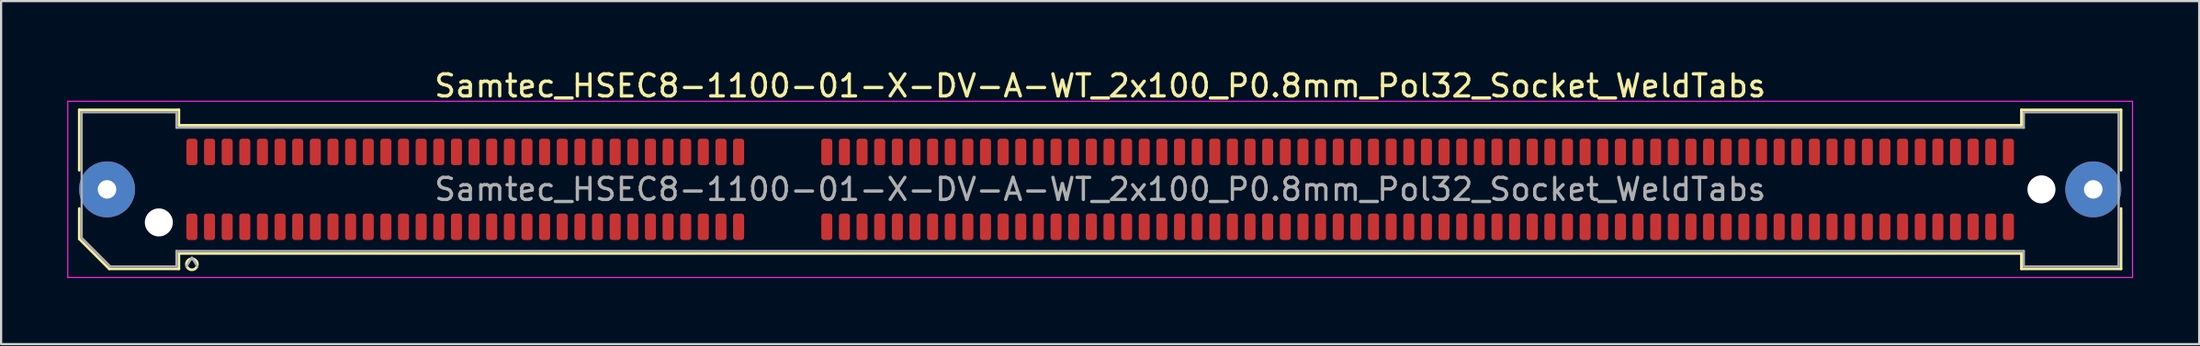
<source format=kicad_pcb>
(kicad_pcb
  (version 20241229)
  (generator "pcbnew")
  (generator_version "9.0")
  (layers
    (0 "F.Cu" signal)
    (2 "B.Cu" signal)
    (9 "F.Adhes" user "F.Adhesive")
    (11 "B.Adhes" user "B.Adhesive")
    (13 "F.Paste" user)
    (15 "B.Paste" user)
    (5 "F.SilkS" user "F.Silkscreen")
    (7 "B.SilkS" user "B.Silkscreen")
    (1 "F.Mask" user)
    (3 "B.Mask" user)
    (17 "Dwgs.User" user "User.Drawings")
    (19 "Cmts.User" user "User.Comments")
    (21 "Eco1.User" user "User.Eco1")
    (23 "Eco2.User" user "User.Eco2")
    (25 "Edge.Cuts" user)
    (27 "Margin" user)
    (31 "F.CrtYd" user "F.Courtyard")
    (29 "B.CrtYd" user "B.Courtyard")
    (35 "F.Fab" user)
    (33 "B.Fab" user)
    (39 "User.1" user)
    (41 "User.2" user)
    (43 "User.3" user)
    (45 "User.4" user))
  (footprint "Samtec_HSEC8-1100-01-X-DV-A-WT_2x100_P0.8mm_Pol32_Socket_WeldTabs"
    (layer "F.Cu")
    (at 46.855 5.548)
    (property "Reference" "Samtec_HSEC8-1100-01-X-DV-A-WT_2x100_P0.8mm_Pol32_Socket_WeldTabs" (at 0 -4.7 0) (layer "F.SilkS") (effects (font (size 1 1) (thickness 0.15))))
    (attr smd)
    (fp_line (start -46.31 -3.61) (end -41.79 -3.61) (stroke (width 0.12) (type solid)) (layer "F.SilkS"))
    (fp_line (start -46.31 -0.868) (end -46.31 -3.61) (stroke (width 0.12) (type solid)) (layer "F.SilkS"))
    (fp_line (start -46.31 2.246) (end -46.31 0.868) (stroke (width 0.12) (type solid)) (layer "F.SilkS"))
    (fp_line (start -44.946 3.61) (end -46.31 2.246) (stroke (width 0.12) (type solid)) (layer "F.SilkS"))
    (fp_line (start -41.79 -3.61) (end -41.79 -2.91) (stroke (width 0.12) (type solid)) (layer "F.SilkS"))
    (fp_line (start -41.79 -2.91) (end 41.79 -2.91) (stroke (width 0.12) (type solid)) (layer "F.SilkS"))
    (fp_line (start -41.79 2.91) (end -41.79 3.61) (stroke (width 0.12) (type solid)) (layer "F.SilkS"))
    (fp_line (start -41.79 3.61) (end -44.946 3.61) (stroke (width 0.12) (type solid)) (layer "F.SilkS"))
    (fp_line (start 41.79 -3.61) (end 46.31 -3.61) (stroke (width 0.12) (type solid)) (layer "F.SilkS"))
    (fp_line (start 41.79 -2.91) (end 41.79 -3.61) (stroke (width 0.12) (type solid)) (layer "F.SilkS"))
    (fp_line (start 41.79 2.91) (end -41.79 2.91) (stroke (width 0.12) (type solid)) (layer "F.SilkS"))
    (fp_line (start 41.79 3.61) (end 41.79 2.91) (stroke (width 0.12) (type solid)) (layer "F.SilkS"))
    (fp_line (start 46.31 -3.61) (end 46.31 -0.868) (stroke (width 0.12) (type solid)) (layer "F.SilkS"))
    (fp_line (start 46.31 0.868) (end 46.31 3.61) (stroke (width 0.12) (type solid)) (layer "F.SilkS"))
    (fp_line (start 46.31 3.61) (end 41.79 3.61) (stroke (width 0.12) (type solid)) (layer "F.SilkS"))
    (fp_arc (start -40.95 3.4) (mid -41.45 3.4) (end -40.95 3.4) (stroke (width 0.12) (type solid)) (layer "F.SilkS"))
    (fp_line (start -46.83 -4) (end -46.83 4) (stroke (width 0.05) (type solid)) (layer "F.CrtYd"))
    (fp_line (start -46.83 4) (end 46.83 4) (stroke (width 0.05) (type solid)) (layer "F.CrtYd"))
    (fp_line (start 46.83 -4) (end -46.83 -4) (stroke (width 0.05) (type solid)) (layer "F.CrtYd"))
    (fp_line (start 46.83 4) (end 46.83 -4) (stroke (width 0.05) (type solid)) (layer "F.CrtYd"))
    (fp_line (start -46.2 -3.5) (end -41.9 -3.5) (stroke (width 0.1) (type solid)) (layer "F.Fab"))
    (fp_line (start -46.2 2.2) (end -46.2 -3.5) (stroke (width 0.1) (type solid)) (layer "F.Fab"))
    (fp_line (start -44.9 3.5) (end -46.2 2.2) (stroke (width 0.1) (type solid)) (layer "F.Fab"))
    (fp_line (start -41.9 -3.5) (end -41.9 -2.8) (stroke (width 0.1) (type solid)) (layer "F.Fab"))
    (fp_line (start -41.9 -2.8) (end 41.9 -2.8) (stroke (width 0.1) (type solid)) (layer "F.Fab"))
    (fp_line (start -41.9 2.8) (end -41.9 3.5) (stroke (width 0.1) (type solid)) (layer "F.Fab"))
    (fp_line (start -41.9 3.5) (end -44.9 3.5) (stroke (width 0.1) (type solid)) (layer "F.Fab"))
    (fp_line (start -41.2 3.1) (end -41.45 3.5) (stroke (width 0.1) (type solid)) (layer "F.Fab"))
    (fp_line (start -41.2 3.1) (end -40.95 3.5) (stroke (width 0.1) (type solid)) (layer "F.Fab"))
    (fp_line (start 41.9 -3.5) (end 46.2 -3.5) (stroke (width 0.1) (type solid)) (layer "F.Fab"))
    (fp_line (start 41.9 -2.8) (end 41.9 -3.5) (stroke (width 0.1) (type solid)) (layer "F.Fab"))
    (fp_line (start 41.9 2.8) (end -41.9 2.8) (stroke (width 0.1) (type solid)) (layer "F.Fab"))
    (fp_line (start 41.9 3.5) (end 41.9 2.8) (stroke (width 0.1) (type solid)) (layer "F.Fab"))
    (fp_line (start 46.2 -3.5) (end 46.2 3.5) (stroke (width 0.1) (type solid)) (layer "F.Fab"))
    (fp_line (start 46.2 3.5) (end 41.9 3.5) (stroke (width 0.1) (type solid)) (layer "F.Fab"))
    (fp_text user "${REFERENCE}" (at 0 0 0) (layer "F.Fab") (effects (font (size 1 1) (thickness 0.15))))
    (pad "" thru_hole circle (at -45.05 0) (size 2.54 2.54) (drill 0.84) (layers "*.Cu" "*.Mask" "F.Paste"))
    (pad "" np_thru_hole circle (at -42.7 1.5) (size 1.27 1.27) (drill 1.27) (layers "*.Cu" "*.Mask"))
    (pad "" np_thru_hole circle (at 42.7 0) (size 1.27 1.27) (drill 1.27) (layers "*.Cu" "*.Mask"))
    (pad "" thru_hole circle (at 45.05 0) (size 2.54 2.54) (drill 0.84) (layers "*.Cu" "*.Mask" "F.Paste"))
    (pad "1" smd roundrect (at -41.2 1.7) (size 0.5 1.2) (layers "F.Cu" "F.Mask" "F.Paste") (roundrect_rratio 0.25))
    (pad "2" smd roundrect (at -41.2 -1.7) (size 0.5 1.2) (layers "F.Cu" "F.Mask" "F.Paste") (roundrect_rratio 0.25))
    (pad "3" smd roundrect (at -40.4 1.7) (size 0.5 1.2) (layers "F.Cu" "F.Mask" "F.Paste") (roundrect_rratio 0.25))
    (pad "4" smd roundrect (at -40.4 -1.7) (size 0.5 1.2) (layers "F.Cu" "F.Mask" "F.Paste") (roundrect_rratio 0.25))
    (pad "5" smd roundrect (at -39.6 1.7) (size 0.5 1.2) (layers "F.Cu" "F.Mask" "F.Paste") (roundrect_rratio 0.25))
    (pad "6" smd roundrect (at -39.6 -1.7) (size 0.5 1.2) (layers "F.Cu" "F.Mask" "F.Paste") (roundrect_rratio 0.25))
    (pad "7" smd roundrect (at -38.8 1.7) (size 0.5 1.2) (layers "F.Cu" "F.Mask" "F.Paste") (roundrect_rratio 0.25))
    (pad "8" smd roundrect (at -38.8 -1.7) (size 0.5 1.2) (layers "F.Cu" "F.Mask" "F.Paste") (roundrect_rratio 0.25))
    (pad "9" smd roundrect (at -38 1.7) (size 0.5 1.2) (layers "F.Cu" "F.Mask" "F.Paste") (roundrect_rratio 0.25))
    (pad "10" smd roundrect (at -38 -1.7) (size 0.5 1.2) (layers "F.Cu" "F.Mask" "F.Paste") (roundrect_rratio 0.25))
    (pad "11" smd roundrect (at -37.2 1.7) (size 0.5 1.2) (layers "F.Cu" "F.Mask" "F.Paste") (roundrect_rratio 0.25))
    (pad "12" smd roundrect (at -37.2 -1.7) (size 0.5 1.2) (layers "F.Cu" "F.Mask" "F.Paste") (roundrect_rratio 0.25))
    (pad "13" smd roundrect (at -36.4 1.7) (size 0.5 1.2) (layers "F.Cu" "F.Mask" "F.Paste") (roundrect_rratio 0.25))
    (pad "14" smd roundrect (at -36.4 -1.7) (size 0.5 1.2) (layers "F.Cu" "F.Mask" "F.Paste") (roundrect_rratio 0.25))
    (pad "15" smd roundrect (at -35.6 1.7) (size 0.5 1.2) (layers "F.Cu" "F.Mask" "F.Paste") (roundrect_rratio 0.25))
    (pad "16" smd roundrect (at -35.6 -1.7) (size 0.5 1.2) (layers "F.Cu" "F.Mask" "F.Paste") (roundrect_rratio 0.25))
    (pad "17" smd roundrect (at -34.8 1.7) (size 0.5 1.2) (layers "F.Cu" "F.Mask" "F.Paste") (roundrect_rratio 0.25))
    (pad "18" smd roundrect (at -34.8 -1.7) (size 0.5 1.2) (layers "F.Cu" "F.Mask" "F.Paste") (roundrect_rratio 0.25))
    (pad "19" smd roundrect (at -34 1.7) (size 0.5 1.2) (layers "F.Cu" "F.Mask" "F.Paste") (roundrect_rratio 0.25))
    (pad "20" smd roundrect (at -34 -1.7) (size 0.5 1.2) (layers "F.Cu" "F.Mask" "F.Paste") (roundrect_rratio 0.25))
    (pad "21" smd roundrect (at -33.2 1.7) (size 0.5 1.2) (layers "F.Cu" "F.Mask" "F.Paste") (roundrect_rratio 0.25))
    (pad "22" smd roundrect (at -33.2 -1.7) (size 0.5 1.2) (layers "F.Cu" "F.Mask" "F.Paste") (roundrect_rratio 0.25))
    (pad "23" smd roundrect (at -32.4 1.7) (size 0.5 1.2) (layers "F.Cu" "F.Mask" "F.Paste") (roundrect_rratio 0.25))
    (pad "24" smd roundrect (at -32.4 -1.7) (size 0.5 1.2) (layers "F.Cu" "F.Mask" "F.Paste") (roundrect_rratio 0.25))
    (pad "25" smd roundrect (at -31.6 1.7) (size 0.5 1.2) (layers "F.Cu" "F.Mask" "F.Paste") (roundrect_rratio 0.25))
    (pad "26" smd roundrect (at -31.6 -1.7) (size 0.5 1.2) (layers "F.Cu" "F.Mask" "F.Paste") (roundrect_rratio 0.25))
    (pad "27" smd roundrect (at -30.8 1.7) (size 0.5 1.2) (layers "F.Cu" "F.Mask" "F.Paste") (roundrect_rratio 0.25))
    (pad "28" smd roundrect (at -30.8 -1.7) (size 0.5 1.2) (layers "F.Cu" "F.Mask" "F.Paste") (roundrect_rratio 0.25))
    (pad "29" smd roundrect (at -30 1.7) (size 0.5 1.2) (layers "F.Cu" "F.Mask" "F.Paste") (roundrect_rratio 0.25))
    (pad "30" smd roundrect (at -30 -1.7) (size 0.5 1.2) (layers "F.Cu" "F.Mask" "F.Paste") (roundrect_rratio 0.25))
    (pad "31" smd roundrect (at -29.2 1.7) (size 0.5 1.2) (layers "F.Cu" "F.Mask" "F.Paste") (roundrect_rratio 0.25))
    (pad "32" smd roundrect (at -29.2 -1.7) (size 0.5 1.2) (layers "F.Cu" "F.Mask" "F.Paste") (roundrect_rratio 0.25))
    (pad "33" smd roundrect (at -28.4 1.7) (size 0.5 1.2) (layers "F.Cu" "F.Mask" "F.Paste") (roundrect_rratio 0.25))
    (pad "34" smd roundrect (at -28.4 -1.7) (size 0.5 1.2) (layers "F.Cu" "F.Mask" "F.Paste") (roundrect_rratio 0.25))
    (pad "35" smd roundrect (at -27.6 1.7) (size 0.5 1.2) (layers "F.Cu" "F.Mask" "F.Paste") (roundrect_rratio 0.25))
    (pad "36" smd roundrect (at -27.6 -1.7) (size 0.5 1.2) (layers "F.Cu" "F.Mask" "F.Paste") (roundrect_rratio 0.25))
    (pad "37" smd roundrect (at -26.8 1.7) (size 0.5 1.2) (layers "F.Cu" "F.Mask" "F.Paste") (roundrect_rratio 0.25))
    (pad "38" smd roundrect (at -26.8 -1.7) (size 0.5 1.2) (layers "F.Cu" "F.Mask" "F.Paste") (roundrect_rratio 0.25))
    (pad "39" smd roundrect (at -26 1.7) (size 0.5 1.2) (layers "F.Cu" "F.Mask" "F.Paste") (roundrect_rratio 0.25))
    (pad "40" smd roundrect (at -26 -1.7) (size 0.5 1.2) (layers "F.Cu" "F.Mask" "F.Paste") (roundrect_rratio 0.25))
    (pad "41" smd roundrect (at -25.2 1.7) (size 0.5 1.2) (layers "F.Cu" "F.Mask" "F.Paste") (roundrect_rratio 0.25))
    (pad "42" smd roundrect (at -25.2 -1.7) (size 0.5 1.2) (layers "F.Cu" "F.Mask" "F.Paste") (roundrect_rratio 0.25))
    (pad "43" smd roundrect (at -24.4 1.7) (size 0.5 1.2) (layers "F.Cu" "F.Mask" "F.Paste") (roundrect_rratio 0.25))
    (pad "44" smd roundrect (at -24.4 -1.7) (size 0.5 1.2) (layers "F.Cu" "F.Mask" "F.Paste") (roundrect_rratio 0.25))
    (pad "45" smd roundrect (at -23.6 1.7) (size 0.5 1.2) (layers "F.Cu" "F.Mask" "F.Paste") (roundrect_rratio 0.25))
    (pad "46" smd roundrect (at -23.6 -1.7) (size 0.5 1.2) (layers "F.Cu" "F.Mask" "F.Paste") (roundrect_rratio 0.25))
    (pad "47" smd roundrect (at -22.8 1.7) (size 0.5 1.2) (layers "F.Cu" "F.Mask" "F.Paste") (roundrect_rratio 0.25))
    (pad "48" smd roundrect (at -22.8 -1.7) (size 0.5 1.2) (layers "F.Cu" "F.Mask" "F.Paste") (roundrect_rratio 0.25))
    (pad "49" smd roundrect (at -22 1.7) (size 0.5 1.2) (layers "F.Cu" "F.Mask" "F.Paste") (roundrect_rratio 0.25))
    (pad "50" smd roundrect (at -22 -1.7) (size 0.5 1.2) (layers "F.Cu" "F.Mask" "F.Paste") (roundrect_rratio 0.25))
    (pad "51" smd roundrect (at -21.2 1.7) (size 0.5 1.2) (layers "F.Cu" "F.Mask" "F.Paste") (roundrect_rratio 0.25))
    (pad "52" smd roundrect (at -21.2 -1.7) (size 0.5 1.2) (layers "F.Cu" "F.Mask" "F.Paste") (roundrect_rratio 0.25))
    (pad "53" smd roundrect (at -20.4 1.7) (size 0.5 1.2) (layers "F.Cu" "F.Mask" "F.Paste") (roundrect_rratio 0.25))
    (pad "54" smd roundrect (at -20.4 -1.7) (size 0.5 1.2) (layers "F.Cu" "F.Mask" "F.Paste") (roundrect_rratio 0.25))
    (pad "55" smd roundrect (at -19.6 1.7) (size 0.5 1.2) (layers "F.Cu" "F.Mask" "F.Paste") (roundrect_rratio 0.25))
    (pad "56" smd roundrect (at -19.6 -1.7) (size 0.5 1.2) (layers "F.Cu" "F.Mask" "F.Paste") (roundrect_rratio 0.25))
    (pad "57" smd roundrect (at -18.8 1.7) (size 0.5 1.2) (layers "F.Cu" "F.Mask" "F.Paste") (roundrect_rratio 0.25))
    (pad "58" smd roundrect (at -18.8 -1.7) (size 0.5 1.2) (layers "F.Cu" "F.Mask" "F.Paste") (roundrect_rratio 0.25))
    (pad "59" smd roundrect (at -18 1.7) (size 0.5 1.2) (layers "F.Cu" "F.Mask" "F.Paste") (roundrect_rratio 0.25))
    (pad "60" smd roundrect (at -18 -1.7) (size 0.5 1.2) (layers "F.Cu" "F.Mask" "F.Paste") (roundrect_rratio 0.25))
    (pad "61" smd roundrect (at -17.2 1.7) (size 0.5 1.2) (layers "F.Cu" "F.Mask" "F.Paste") (roundrect_rratio 0.25))
    (pad "62" smd roundrect (at -17.2 -1.7) (size 0.5 1.2) (layers "F.Cu" "F.Mask" "F.Paste") (roundrect_rratio 0.25))
    (pad "63" smd roundrect (at -16.4 1.7) (size 0.5 1.2) (layers "F.Cu" "F.Mask" "F.Paste") (roundrect_rratio 0.25))
    (pad "64" smd roundrect (at -16.4 -1.7) (size 0.5 1.2) (layers "F.Cu" "F.Mask" "F.Paste") (roundrect_rratio 0.25))
    (pad "65" smd roundrect (at -12.4 1.7) (size 0.5 1.2) (layers "F.Cu" "F.Mask" "F.Paste") (roundrect_rratio 0.25))
    (pad "66" smd roundrect (at -12.4 -1.7) (size 0.5 1.2) (layers "F.Cu" "F.Mask" "F.Paste") (roundrect_rratio 0.25))
    (pad "67" smd roundrect (at -11.6 1.7) (size 0.5 1.2) (layers "F.Cu" "F.Mask" "F.Paste") (roundrect_rratio 0.25))
    (pad "68" smd roundrect (at -11.6 -1.7) (size 0.5 1.2) (layers "F.Cu" "F.Mask" "F.Paste") (roundrect_rratio 0.25))
    (pad "69" smd roundrect (at -10.8 1.7) (size 0.5 1.2) (layers "F.Cu" "F.Mask" "F.Paste") (roundrect_rratio 0.25))
    (pad "70" smd roundrect (at -10.8 -1.7) (size 0.5 1.2) (layers "F.Cu" "F.Mask" "F.Paste") (roundrect_rratio 0.25))
    (pad "71" smd roundrect (at -10 1.7) (size 0.5 1.2) (layers "F.Cu" "F.Mask" "F.Paste") (roundrect_rratio 0.25))
    (pad "72" smd roundrect (at -10 -1.7) (size 0.5 1.2) (layers "F.Cu" "F.Mask" "F.Paste") (roundrect_rratio 0.25))
    (pad "73" smd roundrect (at -9.2 1.7) (size 0.5 1.2) (layers "F.Cu" "F.Mask" "F.Paste") (roundrect_rratio 0.25))
    (pad "74" smd roundrect (at -9.2 -1.7) (size 0.5 1.2) (layers "F.Cu" "F.Mask" "F.Paste") (roundrect_rratio 0.25))
    (pad "75" smd roundrect (at -8.4 1.7) (size 0.5 1.2) (layers "F.Cu" "F.Mask" "F.Paste") (roundrect_rratio 0.25))
    (pad "76" smd roundrect (at -8.4 -1.7) (size 0.5 1.2) (layers "F.Cu" "F.Mask" "F.Paste") (roundrect_rratio 0.25))
    (pad "77" smd roundrect (at -7.6 1.7) (size 0.5 1.2) (layers "F.Cu" "F.Mask" "F.Paste") (roundrect_rratio 0.25))
    (pad "78" smd roundrect (at -7.6 -1.7) (size 0.5 1.2) (layers "F.Cu" "F.Mask" "F.Paste") (roundrect_rratio 0.25))
    (pad "79" smd roundrect (at -6.8 1.7) (size 0.5 1.2) (layers "F.Cu" "F.Mask" "F.Paste") (roundrect_rratio 0.25))
    (pad "80" smd roundrect (at -6.8 -1.7) (size 0.5 1.2) (layers "F.Cu" "F.Mask" "F.Paste") (roundrect_rratio 0.25))
    (pad "81" smd roundrect (at -6 1.7) (size 0.5 1.2) (layers "F.Cu" "F.Mask" "F.Paste") (roundrect_rratio 0.25))
    (pad "82" smd roundrect (at -6 -1.7) (size 0.5 1.2) (layers "F.Cu" "F.Mask" "F.Paste") (roundrect_rratio 0.25))
    (pad "83" smd roundrect (at -5.2 1.7) (size 0.5 1.2) (layers "F.Cu" "F.Mask" "F.Paste") (roundrect_rratio 0.25))
    (pad "84" smd roundrect (at -5.2 -1.7) (size 0.5 1.2) (layers "F.Cu" "F.Mask" "F.Paste") (roundrect_rratio 0.25))
    (pad "85" smd roundrect (at -4.4 1.7) (size 0.5 1.2) (layers "F.Cu" "F.Mask" "F.Paste") (roundrect_rratio 0.25))
    (pad "86" smd roundrect (at -4.4 -1.7) (size 0.5 1.2) (layers "F.Cu" "F.Mask" "F.Paste") (roundrect_rratio 0.25))
    (pad "87" smd roundrect (at -3.6 1.7) (size 0.5 1.2) (layers "F.Cu" "F.Mask" "F.Paste") (roundrect_rratio 0.25))
    (pad "88" smd roundrect (at -3.6 -1.7) (size 0.5 1.2) (layers "F.Cu" "F.Mask" "F.Paste") (roundrect_rratio 0.25))
    (pad "89" smd roundrect (at -2.8 1.7) (size 0.5 1.2) (layers "F.Cu" "F.Mask" "F.Paste") (roundrect_rratio 0.25))
    (pad "90" smd roundrect (at -2.8 -1.7) (size 0.5 1.2) (layers "F.Cu" "F.Mask" "F.Paste") (roundrect_rratio 0.25))
    (pad "91" smd roundrect (at -2 1.7) (size 0.5 1.2) (layers "F.Cu" "F.Mask" "F.Paste") (roundrect_rratio 0.25))
    (pad "92" smd roundrect (at -2 -1.7) (size 0.5 1.2) (layers "F.Cu" "F.Mask" "F.Paste") (roundrect_rratio 0.25))
    (pad "93" smd roundrect (at -1.2 1.7) (size 0.5 1.2) (layers "F.Cu" "F.Mask" "F.Paste") (roundrect_rratio 0.25))
    (pad "94" smd roundrect (at -1.2 -1.7) (size 0.5 1.2) (layers "F.Cu" "F.Mask" "F.Paste") (roundrect_rratio 0.25))
    (pad "95" smd roundrect (at -0.4 1.7) (size 0.5 1.2) (layers "F.Cu" "F.Mask" "F.Paste") (roundrect_rratio 0.25))
    (pad "96" smd roundrect (at -0.4 -1.7) (size 0.5 1.2) (layers "F.Cu" "F.Mask" "F.Paste") (roundrect_rratio 0.25))
    (pad "97" smd roundrect (at 0.4 1.7) (size 0.5 1.2) (layers "F.Cu" "F.Mask" "F.Paste") (roundrect_rratio 0.25))
    (pad "98" smd roundrect (at 0.4 -1.7) (size 0.5 1.2) (layers "F.Cu" "F.Mask" "F.Paste") (roundrect_rratio 0.25))
    (pad "99" smd roundrect (at 1.2 1.7) (size 0.5 1.2) (layers "F.Cu" "F.Mask" "F.Paste") (roundrect_rratio 0.25))
    (pad "100" smd roundrect (at 1.2 -1.7) (size 0.5 1.2) (layers "F.Cu" "F.Mask" "F.Paste") (roundrect_rratio 0.25))
    (pad "101" smd roundrect (at 2 1.7) (size 0.5 1.2) (layers "F.Cu" "F.Mask" "F.Paste") (roundrect_rratio 0.25))
    (pad "102" smd roundrect (at 2 -1.7) (size 0.5 1.2) (layers "F.Cu" "F.Mask" "F.Paste") (roundrect_rratio 0.25))
    (pad "103" smd roundrect (at 2.8 1.7) (size 0.5 1.2) (layers "F.Cu" "F.Mask" "F.Paste") (roundrect_rratio 0.25))
    (pad "104" smd roundrect (at 2.8 -1.7) (size 0.5 1.2) (layers "F.Cu" "F.Mask" "F.Paste") (roundrect_rratio 0.25))
    (pad "105" smd roundrect (at 3.6 1.7) (size 0.5 1.2) (layers "F.Cu" "F.Mask" "F.Paste") (roundrect_rratio 0.25))
    (pad "106" smd roundrect (at 3.6 -1.7) (size 0.5 1.2) (layers "F.Cu" "F.Mask" "F.Paste") (roundrect_rratio 0.25))
    (pad "107" smd roundrect (at 4.4 1.7) (size 0.5 1.2) (layers "F.Cu" "F.Mask" "F.Paste") (roundrect_rratio 0.25))
    (pad "108" smd roundrect (at 4.4 -1.7) (size 0.5 1.2) (layers "F.Cu" "F.Mask" "F.Paste") (roundrect_rratio 0.25))
    (pad "109" smd roundrect (at 5.2 1.7) (size 0.5 1.2) (layers "F.Cu" "F.Mask" "F.Paste") (roundrect_rratio 0.25))
    (pad "110" smd roundrect (at 5.2 -1.7) (size 0.5 1.2) (layers "F.Cu" "F.Mask" "F.Paste") (roundrect_rratio 0.25))
    (pad "111" smd roundrect (at 6 1.7) (size 0.5 1.2) (layers "F.Cu" "F.Mask" "F.Paste") (roundrect_rratio 0.25))
    (pad "112" smd roundrect (at 6 -1.7) (size 0.5 1.2) (layers "F.Cu" "F.Mask" "F.Paste") (roundrect_rratio 0.25))
    (pad "113" smd roundrect (at 6.8 1.7) (size 0.5 1.2) (layers "F.Cu" "F.Mask" "F.Paste") (roundrect_rratio 0.25))
    (pad "114" smd roundrect (at 6.8 -1.7) (size 0.5 1.2) (layers "F.Cu" "F.Mask" "F.Paste") (roundrect_rratio 0.25))
    (pad "115" smd roundrect (at 7.6 1.7) (size 0.5 1.2) (layers "F.Cu" "F.Mask" "F.Paste") (roundrect_rratio 0.25))
    (pad "116" smd roundrect (at 7.6 -1.7) (size 0.5 1.2) (layers "F.Cu" "F.Mask" "F.Paste") (roundrect_rratio 0.25))
    (pad "117" smd roundrect (at 8.4 1.7) (size 0.5 1.2) (layers "F.Cu" "F.Mask" "F.Paste") (roundrect_rratio 0.25))
    (pad "118" smd roundrect (at 8.4 -1.7) (size 0.5 1.2) (layers "F.Cu" "F.Mask" "F.Paste") (roundrect_rratio 0.25))
    (pad "119" smd roundrect (at 9.2 1.7) (size 0.5 1.2) (layers "F.Cu" "F.Mask" "F.Paste") (roundrect_rratio 0.25))
    (pad "120" smd roundrect (at 9.2 -1.7) (size 0.5 1.2) (layers "F.Cu" "F.Mask" "F.Paste") (roundrect_rratio 0.25))
    (pad "121" smd roundrect (at 10 1.7) (size 0.5 1.2) (layers "F.Cu" "F.Mask" "F.Paste") (roundrect_rratio 0.25))
    (pad "122" smd roundrect (at 10 -1.7) (size 0.5 1.2) (layers "F.Cu" "F.Mask" "F.Paste") (roundrect_rratio 0.25))
    (pad "123" smd roundrect (at 10.8 1.7) (size 0.5 1.2) (layers "F.Cu" "F.Mask" "F.Paste") (roundrect_rratio 0.25))
    (pad "124" smd roundrect (at 10.8 -1.7) (size 0.5 1.2) (layers "F.Cu" "F.Mask" "F.Paste") (roundrect_rratio 0.25))
    (pad "125" smd roundrect (at 11.6 1.7) (size 0.5 1.2) (layers "F.Cu" "F.Mask" "F.Paste") (roundrect_rratio 0.25))
    (pad "126" smd roundrect (at 11.6 -1.7) (size 0.5 1.2) (layers "F.Cu" "F.Mask" "F.Paste") (roundrect_rratio 0.25))
    (pad "127" smd roundrect (at 12.4 1.7) (size 0.5 1.2) (layers "F.Cu" "F.Mask" "F.Paste") (roundrect_rratio 0.25))
    (pad "128" smd roundrect (at 12.4 -1.7) (size 0.5 1.2) (layers "F.Cu" "F.Mask" "F.Paste") (roundrect_rratio 0.25))
    (pad "129" smd roundrect (at 13.2 1.7) (size 0.5 1.2) (layers "F.Cu" "F.Mask" "F.Paste") (roundrect_rratio 0.25))
    (pad "130" smd roundrect (at 13.2 -1.7) (size 0.5 1.2) (layers "F.Cu" "F.Mask" "F.Paste") (roundrect_rratio 0.25))
    (pad "131" smd roundrect (at 14 1.7) (size 0.5 1.2) (layers "F.Cu" "F.Mask" "F.Paste") (roundrect_rratio 0.25))
    (pad "132" smd roundrect (at 14 -1.7) (size 0.5 1.2) (layers "F.Cu" "F.Mask" "F.Paste") (roundrect_rratio 0.25))
    (pad "133" smd roundrect (at 14.8 1.7) (size 0.5 1.2) (layers "F.Cu" "F.Mask" "F.Paste") (roundrect_rratio 0.25))
    (pad "134" smd roundrect (at 14.8 -1.7) (size 0.5 1.2) (layers "F.Cu" "F.Mask" "F.Paste") (roundrect_rratio 0.25))
    (pad "135" smd roundrect (at 15.6 1.7) (size 0.5 1.2) (layers "F.Cu" "F.Mask" "F.Paste") (roundrect_rratio 0.25))
    (pad "136" smd roundrect (at 15.6 -1.7) (size 0.5 1.2) (layers "F.Cu" "F.Mask" "F.Paste") (roundrect_rratio 0.25))
    (pad "137" smd roundrect (at 16.4 1.7) (size 0.5 1.2) (layers "F.Cu" "F.Mask" "F.Paste") (roundrect_rratio 0.25))
    (pad "138" smd roundrect (at 16.4 -1.7) (size 0.5 1.2) (layers "F.Cu" "F.Mask" "F.Paste") (roundrect_rratio 0.25))
    (pad "139" smd roundrect (at 17.2 1.7) (size 0.5 1.2) (layers "F.Cu" "F.Mask" "F.Paste") (roundrect_rratio 0.25))
    (pad "140" smd roundrect (at 17.2 -1.7) (size 0.5 1.2) (layers "F.Cu" "F.Mask" "F.Paste") (roundrect_rratio 0.25))
    (pad "141" smd roundrect (at 18 1.7) (size 0.5 1.2) (layers "F.Cu" "F.Mask" "F.Paste") (roundrect_rratio 0.25))
    (pad "142" smd roundrect (at 18 -1.7) (size 0.5 1.2) (layers "F.Cu" "F.Mask" "F.Paste") (roundrect_rratio 0.25))
    (pad "143" smd roundrect (at 18.8 1.7) (size 0.5 1.2) (layers "F.Cu" "F.Mask" "F.Paste") (roundrect_rratio 0.25))
    (pad "144" smd roundrect (at 18.8 -1.7) (size 0.5 1.2) (layers "F.Cu" "F.Mask" "F.Paste") (roundrect_rratio 0.25))
    (pad "145" smd roundrect (at 19.6 1.7) (size 0.5 1.2) (layers "F.Cu" "F.Mask" "F.Paste") (roundrect_rratio 0.25))
    (pad "146" smd roundrect (at 19.6 -1.7) (size 0.5 1.2) (layers "F.Cu" "F.Mask" "F.Paste") (roundrect_rratio 0.25))
    (pad "147" smd roundrect (at 20.4 1.7) (size 0.5 1.2) (layers "F.Cu" "F.Mask" "F.Paste") (roundrect_rratio 0.25))
    (pad "148" smd roundrect (at 20.4 -1.7) (size 0.5 1.2) (layers "F.Cu" "F.Mask" "F.Paste") (roundrect_rratio 0.25))
    (pad "149" smd roundrect (at 21.2 1.7) (size 0.5 1.2) (layers "F.Cu" "F.Mask" "F.Paste") (roundrect_rratio 0.25))
    (pad "150" smd roundrect (at 21.2 -1.7) (size 0.5 1.2) (layers "F.Cu" "F.Mask" "F.Paste") (roundrect_rratio 0.25))
    (pad "151" smd roundrect (at 22 1.7) (size 0.5 1.2) (layers "F.Cu" "F.Mask" "F.Paste") (roundrect_rratio 0.25))
    (pad "152" smd roundrect (at 22 -1.7) (size 0.5 1.2) (layers "F.Cu" "F.Mask" "F.Paste") (roundrect_rratio 0.25))
    (pad "153" smd roundrect (at 22.8 1.7) (size 0.5 1.2) (layers "F.Cu" "F.Mask" "F.Paste") (roundrect_rratio 0.25))
    (pad "154" smd roundrect (at 22.8 -1.7) (size 0.5 1.2) (layers "F.Cu" "F.Mask" "F.Paste") (roundrect_rratio 0.25))
    (pad "155" smd roundrect (at 23.6 1.7) (size 0.5 1.2) (layers "F.Cu" "F.Mask" "F.Paste") (roundrect_rratio 0.25))
    (pad "156" smd roundrect (at 23.6 -1.7) (size 0.5 1.2) (layers "F.Cu" "F.Mask" "F.Paste") (roundrect_rratio 0.25))
    (pad "157" smd roundrect (at 24.4 1.7) (size 0.5 1.2) (layers "F.Cu" "F.Mask" "F.Paste") (roundrect_rratio 0.25))
    (pad "158" smd roundrect (at 24.4 -1.7) (size 0.5 1.2) (layers "F.Cu" "F.Mask" "F.Paste") (roundrect_rratio 0.25))
    (pad "159" smd roundrect (at 25.2 1.7) (size 0.5 1.2) (layers "F.Cu" "F.Mask" "F.Paste") (roundrect_rratio 0.25))
    (pad "160" smd roundrect (at 25.2 -1.7) (size 0.5 1.2) (layers "F.Cu" "F.Mask" "F.Paste") (roundrect_rratio 0.25))
    (pad "161" smd roundrect (at 26 1.7) (size 0.5 1.2) (layers "F.Cu" "F.Mask" "F.Paste") (roundrect_rratio 0.25))
    (pad "162" smd roundrect (at 26 -1.7) (size 0.5 1.2) (layers "F.Cu" "F.Mask" "F.Paste") (roundrect_rratio 0.25))
    (pad "163" smd roundrect (at 26.8 1.7) (size 0.5 1.2) (layers "F.Cu" "F.Mask" "F.Paste") (roundrect_rratio 0.25))
    (pad "164" smd roundrect (at 26.8 -1.7) (size 0.5 1.2) (layers "F.Cu" "F.Mask" "F.Paste") (roundrect_rratio 0.25))
    (pad "165" smd roundrect (at 27.6 1.7) (size 0.5 1.2) (layers "F.Cu" "F.Mask" "F.Paste") (roundrect_rratio 0.25))
    (pad "166" smd roundrect (at 27.6 -1.7) (size 0.5 1.2) (layers "F.Cu" "F.Mask" "F.Paste") (roundrect_rratio 0.25))
    (pad "167" smd roundrect (at 28.4 1.7) (size 0.5 1.2) (layers "F.Cu" "F.Mask" "F.Paste") (roundrect_rratio 0.25))
    (pad "168" smd roundrect (at 28.4 -1.7) (size 0.5 1.2) (layers "F.Cu" "F.Mask" "F.Paste") (roundrect_rratio 0.25))
    (pad "169" smd roundrect (at 29.2 1.7) (size 0.5 1.2) (layers "F.Cu" "F.Mask" "F.Paste") (roundrect_rratio 0.25))
    (pad "170" smd roundrect (at 29.2 -1.7) (size 0.5 1.2) (layers "F.Cu" "F.Mask" "F.Paste") (roundrect_rratio 0.25))
    (pad "171" smd roundrect (at 30 1.7) (size 0.5 1.2) (layers "F.Cu" "F.Mask" "F.Paste") (roundrect_rratio 0.25))
    (pad "172" smd roundrect (at 30 -1.7) (size 0.5 1.2) (layers "F.Cu" "F.Mask" "F.Paste") (roundrect_rratio 0.25))
    (pad "173" smd roundrect (at 30.8 1.7) (size 0.5 1.2) (layers "F.Cu" "F.Mask" "F.Paste") (roundrect_rratio 0.25))
    (pad "174" smd roundrect (at 30.8 -1.7) (size 0.5 1.2) (layers "F.Cu" "F.Mask" "F.Paste") (roundrect_rratio 0.25))
    (pad "175" smd roundrect (at 31.6 1.7) (size 0.5 1.2) (layers "F.Cu" "F.Mask" "F.Paste") (roundrect_rratio 0.25))
    (pad "176" smd roundrect (at 31.6 -1.7) (size 0.5 1.2) (layers "F.Cu" "F.Mask" "F.Paste") (roundrect_rratio 0.25))
    (pad "177" smd roundrect (at 32.4 1.7) (size 0.5 1.2) (layers "F.Cu" "F.Mask" "F.Paste") (roundrect_rratio 0.25))
    (pad "178" smd roundrect (at 32.4 -1.7) (size 0.5 1.2) (layers "F.Cu" "F.Mask" "F.Paste") (roundrect_rratio 0.25))
    (pad "179" smd roundrect (at 33.2 1.7) (size 0.5 1.2) (layers "F.Cu" "F.Mask" "F.Paste") (roundrect_rratio 0.25))
    (pad "180" smd roundrect (at 33.2 -1.7) (size 0.5 1.2) (layers "F.Cu" "F.Mask" "F.Paste") (roundrect_rratio 0.25))
    (pad "181" smd roundrect (at 34 1.7) (size 0.5 1.2) (layers "F.Cu" "F.Mask" "F.Paste") (roundrect_rratio 0.25))
    (pad "182" smd roundrect (at 34 -1.7) (size 0.5 1.2) (layers "F.Cu" "F.Mask" "F.Paste") (roundrect_rratio 0.25))
    (pad "183" smd roundrect (at 34.8 1.7) (size 0.5 1.2) (layers "F.Cu" "F.Mask" "F.Paste") (roundrect_rratio 0.25))
    (pad "184" smd roundrect (at 34.8 -1.7) (size 0.5 1.2) (layers "F.Cu" "F.Mask" "F.Paste") (roundrect_rratio 0.25))
    (pad "185" smd roundrect (at 35.6 1.7) (size 0.5 1.2) (layers "F.Cu" "F.Mask" "F.Paste") (roundrect_rratio 0.25))
    (pad "186" smd roundrect (at 35.6 -1.7) (size 0.5 1.2) (layers "F.Cu" "F.Mask" "F.Paste") (roundrect_rratio 0.25))
    (pad "187" smd roundrect (at 36.4 1.7) (size 0.5 1.2) (layers "F.Cu" "F.Mask" "F.Paste") (roundrect_rratio 0.25))
    (pad "188" smd roundrect (at 36.4 -1.7) (size 0.5 1.2) (layers "F.Cu" "F.Mask" "F.Paste") (roundrect_rratio 0.25))
    (pad "189" smd roundrect (at 37.2 1.7) (size 0.5 1.2) (layers "F.Cu" "F.Mask" "F.Paste") (roundrect_rratio 0.25))
    (pad "190" smd roundrect (at 37.2 -1.7) (size 0.5 1.2) (layers "F.Cu" "F.Mask" "F.Paste") (roundrect_rratio 0.25))
    (pad "191" smd roundrect (at 38 1.7) (size 0.5 1.2) (layers "F.Cu" "F.Mask" "F.Paste") (roundrect_rratio 0.25))
    (pad "192" smd roundrect (at 38 -1.7) (size 0.5 1.2) (layers "F.Cu" "F.Mask" "F.Paste") (roundrect_rratio 0.25))
    (pad "193" smd roundrect (at 38.8 1.7) (size 0.5 1.2) (layers "F.Cu" "F.Mask" "F.Paste") (roundrect_rratio 0.25))
    (pad "194" smd roundrect (at 38.8 -1.7) (size 0.5 1.2) (layers "F.Cu" "F.Mask" "F.Paste") (roundrect_rratio 0.25))
    (pad "195" smd roundrect (at 39.6 1.7) (size 0.5 1.2) (layers "F.Cu" "F.Mask" "F.Paste") (roundrect_rratio 0.25))
    (pad "196" smd roundrect (at 39.6 -1.7) (size 0.5 1.2) (layers "F.Cu" "F.Mask" "F.Paste") (roundrect_rratio 0.25))
    (pad "197" smd roundrect (at 40.4 1.7) (size 0.5 1.2) (layers "F.Cu" "F.Mask" "F.Paste") (roundrect_rratio 0.25))
    (pad "198" smd roundrect (at 40.4 -1.7) (size 0.5 1.2) (layers "F.Cu" "F.Mask" "F.Paste") (roundrect_rratio 0.25))
    (pad "199" smd roundrect (at 41.2 1.7) (size 0.5 1.2) (layers "F.Cu" "F.Mask" "F.Paste") (roundrect_rratio 0.25))
    (pad "200" smd roundrect (at 41.2 -1.7) (size 0.5 1.2) (layers "F.Cu" "F.Mask" "F.Paste") (roundrect_rratio 0.25)))
  (gr_rect
    (start -3 -3)
    (end 96.71 12.573)
    (stroke (width 0.1) (type default))
    (fill no)
    (layer "Edge.Cuts")))
</source>
